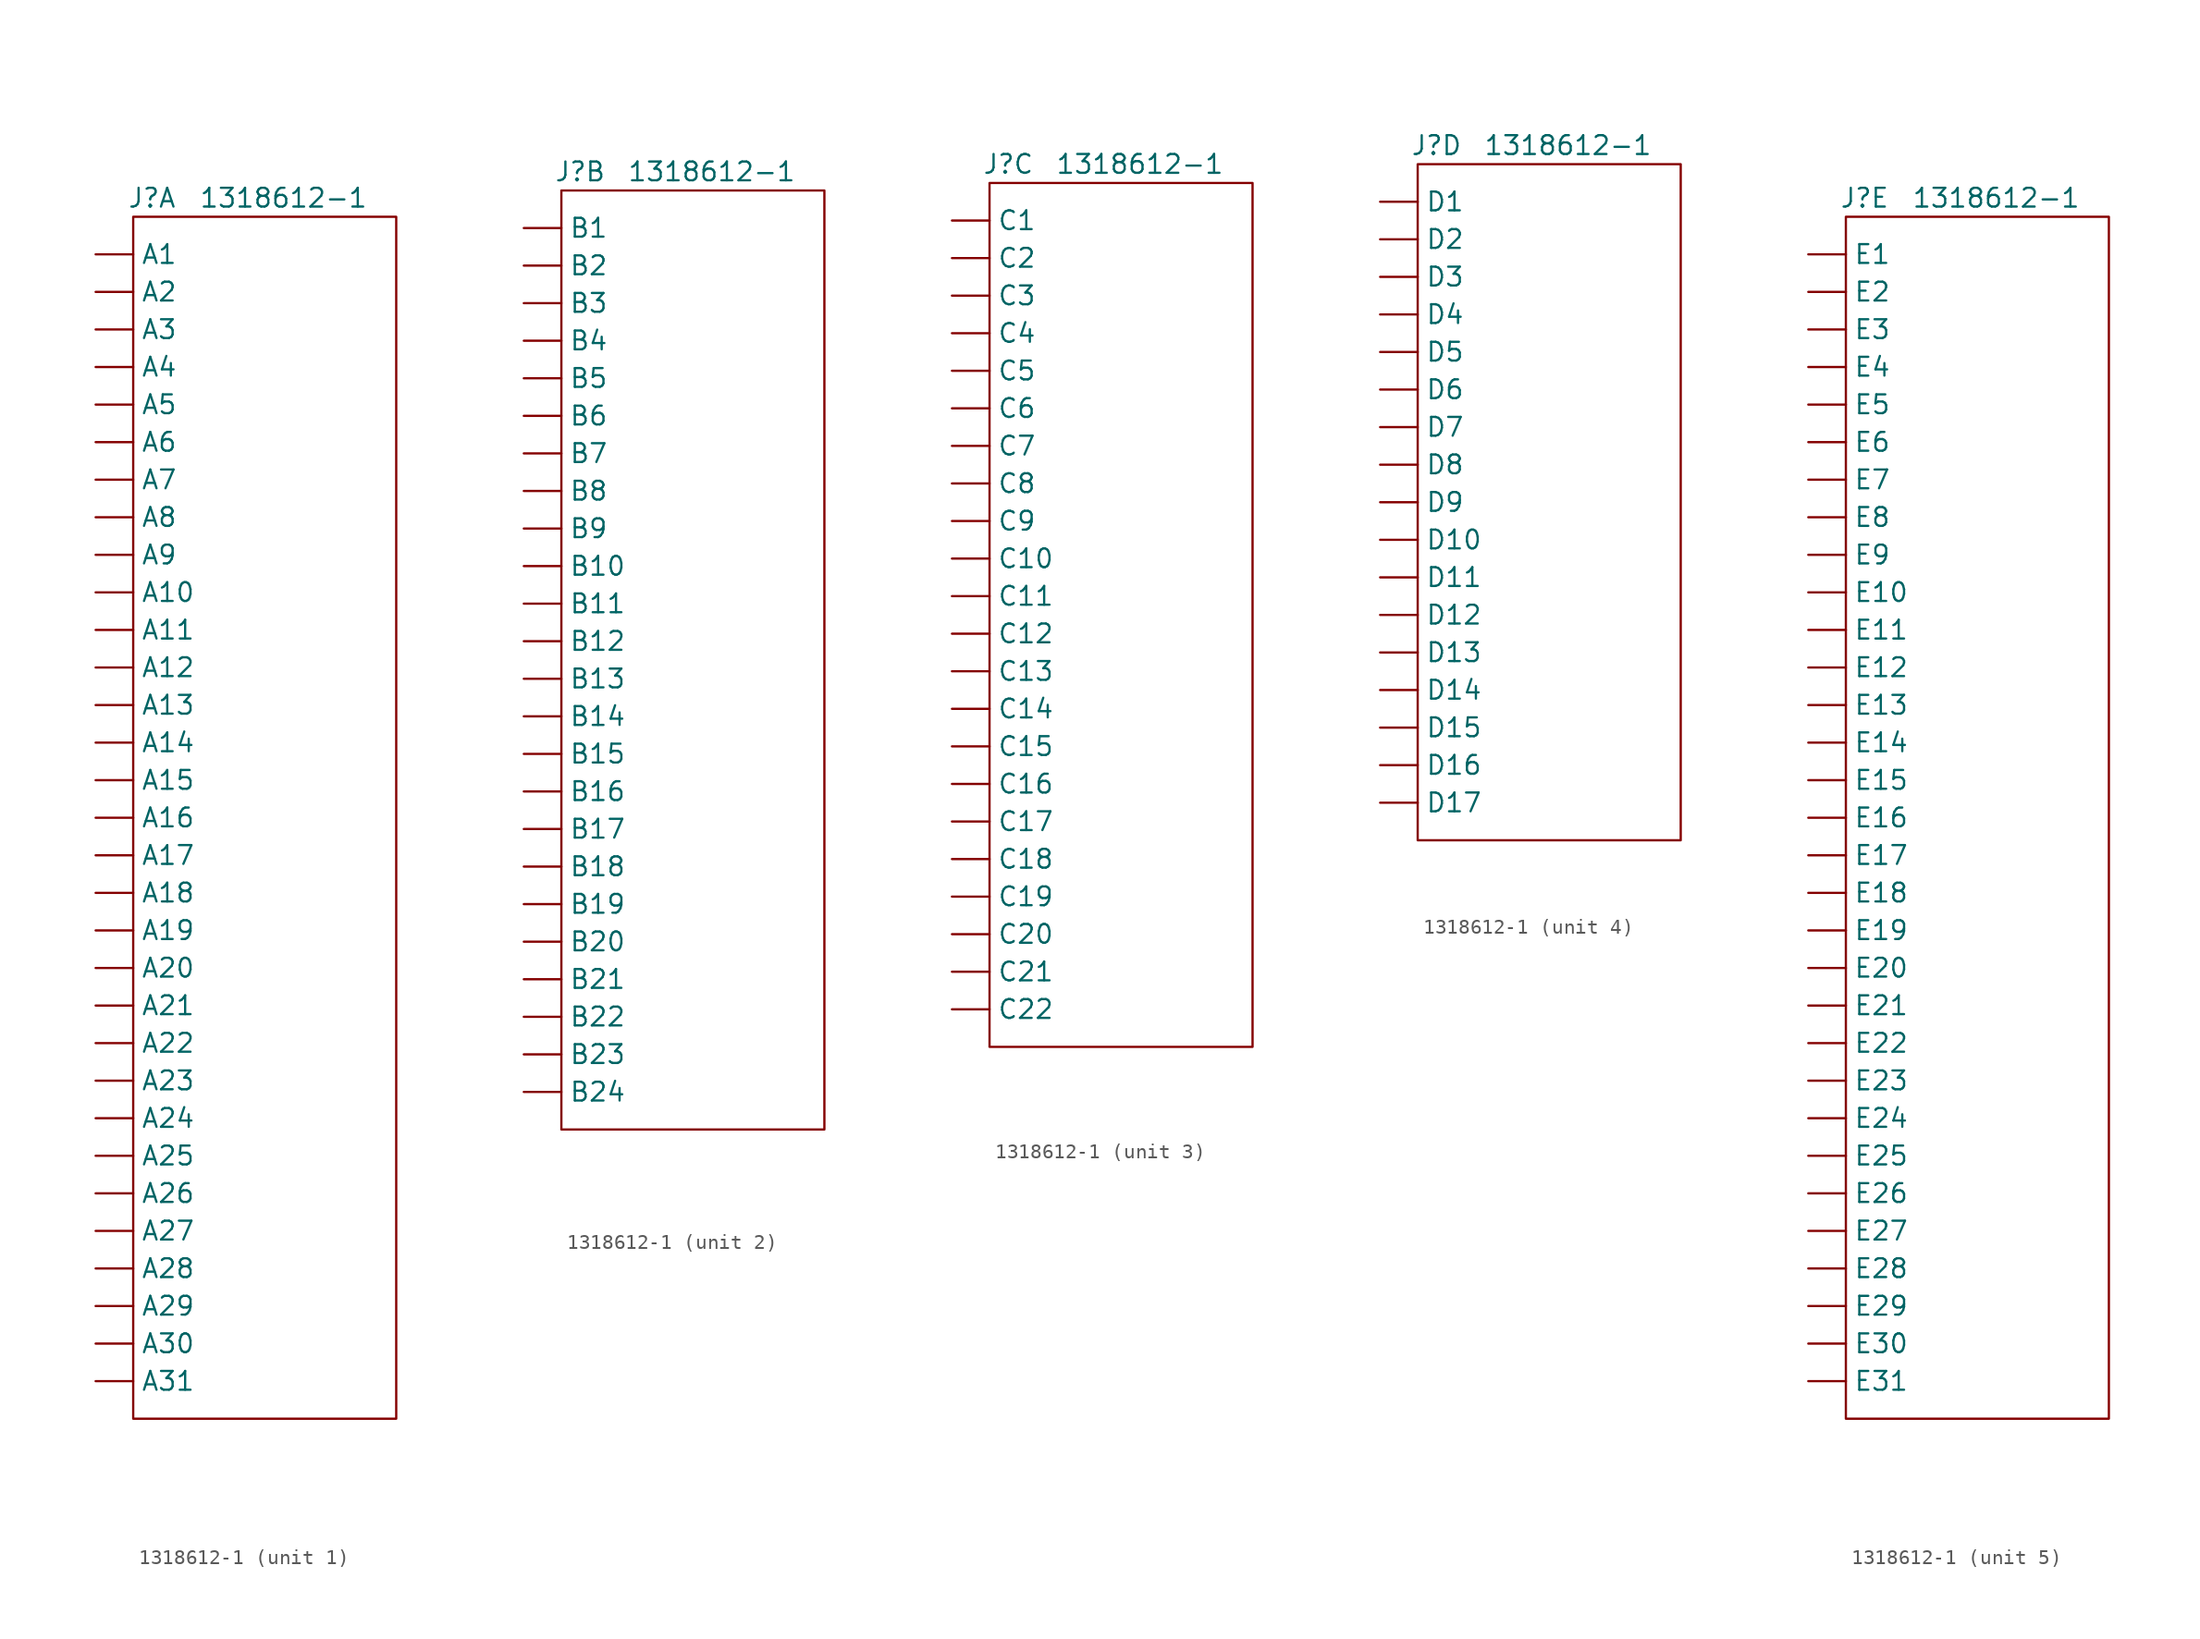
<source format=kicad_sym>
(kicad_symbol_lib
  (version 20201005)
  (generator kicad_symbol_editor)
  (symbol "1318612-1:1318612-1"
    (pin_numbers hide)
    (property "Reference" "J"
      (at 1.27 1.27 0)
      (effects (font (size 1.27 1.27))))
    (property "Value" "1318612-1"
      (at 10.16 1.27 0)
      (effects (font (size 1.27 1.27))))
    (property "ki_locked" ""
      (at 0 0 0)
      (effects (font (size 1.27 1.27))))
    (symbol "1318612-1_1_1"
      (rectangle (start 0 0) (end 17.78 -81.28) (stroke (width 0.152)) (fill (type none)))
      (pin passive line (at -2.54 -2.54 0) (length 2.54) (name "A1" (effects (font (size 1.27 1.27)))) (number "A1" (effects (font (size 1.27 1.27)))))
      (pin passive line (at -2.54 -25.4 0) (length 2.54) (name "A10" (effects (font (size 1.27 1.27)))) (number "A10" (effects (font (size 1.27 1.27)))))
      (pin passive line (at -2.54 -27.94 0) (length 2.54) (name "A11" (effects (font (size 1.27 1.27)))) (number "A11" (effects (font (size 1.27 1.27)))))
      (pin passive line (at -2.54 -30.48 0) (length 2.54) (name "A12" (effects (font (size 1.27 1.27)))) (number "A12" (effects (font (size 1.27 1.27)))))
      (pin passive line (at -2.54 -33.02 0) (length 2.54) (name "A13" (effects (font (size 1.27 1.27)))) (number "A13" (effects (font (size 1.27 1.27)))))
      (pin passive line (at -2.54 -35.56 0) (length 2.54) (name "A14" (effects (font (size 1.27 1.27)))) (number "A14" (effects (font (size 1.27 1.27)))))
      (pin passive line (at -2.54 -38.1 0) (length 2.54) (name "A15" (effects (font (size 1.27 1.27)))) (number "A15" (effects (font (size 1.27 1.27)))))
      (pin passive line (at -2.54 -40.64 0) (length 2.54) (name "A16" (effects (font (size 1.27 1.27)))) (number "A16" (effects (font (size 1.27 1.27)))))
      (pin passive line (at -2.54 -43.18 0) (length 2.54) (name "A17" (effects (font (size 1.27 1.27)))) (number "A17" (effects (font (size 1.27 1.27)))))
      (pin passive line (at -2.54 -45.72 0) (length 2.54) (name "A18" (effects (font (size 1.27 1.27)))) (number "A18" (effects (font (size 1.27 1.27)))))
      (pin passive line (at -2.54 -48.26 0) (length 2.54) (name "A19" (effects (font (size 1.27 1.27)))) (number "A19" (effects (font (size 1.27 1.27)))))
      (pin passive line (at -2.54 -5.08 0) (length 2.54) (name "A2" (effects (font (size 1.27 1.27)))) (number "A2" (effects (font (size 1.27 1.27)))))
      (pin passive line (at -2.54 -50.8 0) (length 2.54) (name "A20" (effects (font (size 1.27 1.27)))) (number "A20" (effects (font (size 1.27 1.27)))))
      (pin passive line (at -2.54 -53.34 0) (length 2.54) (name "A21" (effects (font (size 1.27 1.27)))) (number "A21" (effects (font (size 1.27 1.27)))))
      (pin passive line (at -2.54 -55.88 0) (length 2.54) (name "A22" (effects (font (size 1.27 1.27)))) (number "A22" (effects (font (size 1.27 1.27)))))
      (pin passive line (at -2.54 -58.42 0) (length 2.54) (name "A23" (effects (font (size 1.27 1.27)))) (number "A23" (effects (font (size 1.27 1.27)))))
      (pin passive line (at -2.54 -60.96 0) (length 2.54) (name "A24" (effects (font (size 1.27 1.27)))) (number "A24" (effects (font (size 1.27 1.27)))))
      (pin passive line (at -2.54 -63.5 0) (length 2.54) (name "A25" (effects (font (size 1.27 1.27)))) (number "A25" (effects (font (size 1.27 1.27)))))
      (pin passive line (at -2.54 -66.04 0) (length 2.54) (name "A26" (effects (font (size 1.27 1.27)))) (number "A26" (effects (font (size 1.27 1.27)))))
      (pin passive line (at -2.54 -68.58 0) (length 2.54) (name "A27" (effects (font (size 1.27 1.27)))) (number "A27" (effects (font (size 1.27 1.27)))))
      (pin passive line (at -2.54 -71.12 0) (length 2.54) (name "A28" (effects (font (size 1.27 1.27)))) (number "A28" (effects (font (size 1.27 1.27)))))
      (pin passive line (at -2.54 -73.66 0) (length 2.54) (name "A29" (effects (font (size 1.27 1.27)))) (number "A29" (effects (font (size 1.27 1.27)))))
      (pin passive line (at -2.54 -7.62 0) (length 2.54) (name "A3" (effects (font (size 1.27 1.27)))) (number "A3" (effects (font (size 1.27 1.27)))))
      (pin passive line (at -2.54 -76.2 0) (length 2.54) (name "A30" (effects (font (size 1.27 1.27)))) (number "A30" (effects (font (size 1.27 1.27)))))
      (pin passive line (at -2.54 -78.74 0) (length 2.54) (name "A31" (effects (font (size 1.27 1.27)))) (number "A31" (effects (font (size 1.27 1.27)))))
      (pin passive line (at -2.54 -10.16 0) (length 2.54) (name "A4" (effects (font (size 1.27 1.27)))) (number "A4" (effects (font (size 1.27 1.27)))))
      (pin passive line (at -2.54 -12.7 0) (length 2.54) (name "A5" (effects (font (size 1.27 1.27)))) (number "A5" (effects (font (size 1.27 1.27)))))
      (pin passive line (at -2.54 -15.24 0) (length 2.54) (name "A6" (effects (font (size 1.27 1.27)))) (number "A6" (effects (font (size 1.27 1.27)))))
      (pin passive line (at -2.54 -17.78 0) (length 2.54) (name "A7" (effects (font (size 1.27 1.27)))) (number "A7" (effects (font (size 1.27 1.27)))))
      (pin passive line (at -2.54 -20.32 0) (length 2.54) (name "A8" (effects (font (size 1.27 1.27)))) (number "A8" (effects (font (size 1.27 1.27)))))
      (pin passive line (at -2.54 -22.86 0) (length 2.54) (name "A9" (effects (font (size 1.27 1.27)))) (number "A9" (effects (font (size 1.27 1.27))))))
    (symbol "1318612-1_2_1"
      (rectangle (start 0 0) (end 17.78 -63.5) (stroke (width 0.152)) (fill (type none)))
      (pin passive line (at -2.54 -2.54 0) (length 2.54) (name "B1" (effects (font (size 1.27 1.27)))) (number "B1" (effects (font (size 1.27 1.27)))))
      (pin passive line (at -2.54 -25.4 0) (length 2.54) (name "B10" (effects (font (size 1.27 1.27)))) (number "B10" (effects (font (size 1.27 1.27)))))
      (pin passive line (at -2.54 -27.94 0) (length 2.54) (name "B11" (effects (font (size 1.27 1.27)))) (number "B11" (effects (font (size 1.27 1.27)))))
      (pin passive line (at -2.54 -30.48 0) (length 2.54) (name "B12" (effects (font (size 1.27 1.27)))) (number "B12" (effects (font (size 1.27 1.27)))))
      (pin passive line (at -2.54 -33.02 0) (length 2.54) (name "B13" (effects (font (size 1.27 1.27)))) (number "B13" (effects (font (size 1.27 1.27)))))
      (pin passive line (at -2.54 -35.56 0) (length 2.54) (name "B14" (effects (font (size 1.27 1.27)))) (number "B14" (effects (font (size 1.27 1.27)))))
      (pin passive line (at -2.54 -38.1 0) (length 2.54) (name "B15" (effects (font (size 1.27 1.27)))) (number "B15" (effects (font (size 1.27 1.27)))))
      (pin passive line (at -2.54 -40.64 0) (length 2.54) (name "B16" (effects (font (size 1.27 1.27)))) (number "B16" (effects (font (size 1.27 1.27)))))
      (pin passive line (at -2.54 -43.18 0) (length 2.54) (name "B17" (effects (font (size 1.27 1.27)))) (number "B17" (effects (font (size 1.27 1.27)))))
      (pin passive line (at -2.54 -45.72 0) (length 2.54) (name "B18" (effects (font (size 1.27 1.27)))) (number "B18" (effects (font (size 1.27 1.27)))))
      (pin passive line (at -2.54 -48.26 0) (length 2.54) (name "B19" (effects (font (size 1.27 1.27)))) (number "B19" (effects (font (size 1.27 1.27)))))
      (pin passive line (at -2.54 -5.08 0) (length 2.54) (name "B2" (effects (font (size 1.27 1.27)))) (number "B2" (effects (font (size 1.27 1.27)))))
      (pin passive line (at -2.54 -50.8 0) (length 2.54) (name "B20" (effects (font (size 1.27 1.27)))) (number "B20" (effects (font (size 1.27 1.27)))))
      (pin passive line (at -2.54 -53.34 0) (length 2.54) (name "B21" (effects (font (size 1.27 1.27)))) (number "B21" (effects (font (size 1.27 1.27)))))
      (pin passive line (at -2.54 -55.88 0) (length 2.54) (name "B22" (effects (font (size 1.27 1.27)))) (number "B22" (effects (font (size 1.27 1.27)))))
      (pin passive line (at -2.54 -58.42 0) (length 2.54) (name "B23" (effects (font (size 1.27 1.27)))) (number "B23" (effects (font (size 1.27 1.27)))))
      (pin passive line (at -2.54 -60.96 0) (length 2.54) (name "B24" (effects (font (size 1.27 1.27)))) (number "B24" (effects (font (size 1.27 1.27)))))
      (pin passive line (at -2.54 -7.62 0) (length 2.54) (name "B3" (effects (font (size 1.27 1.27)))) (number "B3" (effects (font (size 1.27 1.27)))))
      (pin passive line (at -2.54 -10.16 0) (length 2.54) (name "B4" (effects (font (size 1.27 1.27)))) (number "B4" (effects (font (size 1.27 1.27)))))
      (pin passive line (at -2.54 -12.7 0) (length 2.54) (name "B5" (effects (font (size 1.27 1.27)))) (number "B5" (effects (font (size 1.27 1.27)))))
      (pin passive line (at -2.54 -15.24 0) (length 2.54) (name "B6" (effects (font (size 1.27 1.27)))) (number "B6" (effects (font (size 1.27 1.27)))))
      (pin passive line (at -2.54 -17.78 0) (length 2.54) (name "B7" (effects (font (size 1.27 1.27)))) (number "B7" (effects (font (size 1.27 1.27)))))
      (pin passive line (at -2.54 -20.32 0) (length 2.54) (name "B8" (effects (font (size 1.27 1.27)))) (number "B8" (effects (font (size 1.27 1.27)))))
      (pin passive line (at -2.54 -22.86 0) (length 2.54) (name "B9" (effects (font (size 1.27 1.27)))) (number "B9" (effects (font (size 1.27 1.27))))))
    (symbol "1318612-1_3_1"
      (rectangle (start 0 0) (end 17.78 -58.42) (stroke (width 0.152)) (fill (type none)))
      (pin passive line (at -2.54 -2.54 0) (length 2.54) (name "C1" (effects (font (size 1.27 1.27)))) (number "C1" (effects (font (size 1.27 1.27)))))
      (pin passive line (at -2.54 -25.4 0) (length 2.54) (name "C10" (effects (font (size 1.27 1.27)))) (number "C10" (effects (font (size 1.27 1.27)))))
      (pin passive line (at -2.54 -27.94 0) (length 2.54) (name "C11" (effects (font (size 1.27 1.27)))) (number "C11" (effects (font (size 1.27 1.27)))))
      (pin passive line (at -2.54 -30.48 0) (length 2.54) (name "C12" (effects (font (size 1.27 1.27)))) (number "C12" (effects (font (size 1.27 1.27)))))
      (pin passive line (at -2.54 -33.02 0) (length 2.54) (name "C13" (effects (font (size 1.27 1.27)))) (number "C13" (effects (font (size 1.27 1.27)))))
      (pin passive line (at -2.54 -35.56 0) (length 2.54) (name "C14" (effects (font (size 1.27 1.27)))) (number "C14" (effects (font (size 1.27 1.27)))))
      (pin passive line (at -2.54 -38.1 0) (length 2.54) (name "C15" (effects (font (size 1.27 1.27)))) (number "C15" (effects (font (size 1.27 1.27)))))
      (pin passive line (at -2.54 -40.64 0) (length 2.54) (name "C16" (effects (font (size 1.27 1.27)))) (number "C16" (effects (font (size 1.27 1.27)))))
      (pin passive line (at -2.54 -43.18 0) (length 2.54) (name "C17" (effects (font (size 1.27 1.27)))) (number "C17" (effects (font (size 1.27 1.27)))))
      (pin passive line (at -2.54 -45.72 0) (length 2.54) (name "C18" (effects (font (size 1.27 1.27)))) (number "C18" (effects (font (size 1.27 1.27)))))
      (pin passive line (at -2.54 -48.26 0) (length 2.54) (name "C19" (effects (font (size 1.27 1.27)))) (number "C19" (effects (font (size 1.27 1.27)))))
      (pin passive line (at -2.54 -5.08 0) (length 2.54) (name "C2" (effects (font (size 1.27 1.27)))) (number "C2" (effects (font (size 1.27 1.27)))))
      (pin passive line (at -2.54 -50.8 0) (length 2.54) (name "C20" (effects (font (size 1.27 1.27)))) (number "C20" (effects (font (size 1.27 1.27)))))
      (pin passive line (at -2.54 -53.34 0) (length 2.54) (name "C21" (effects (font (size 1.27 1.27)))) (number "C21" (effects (font (size 1.27 1.27)))))
      (pin passive line (at -2.54 -55.88 0) (length 2.54) (name "C22" (effects (font (size 1.27 1.27)))) (number "C22" (effects (font (size 1.27 1.27)))))
      (pin passive line (at -2.54 -7.62 0) (length 2.54) (name "C3" (effects (font (size 1.27 1.27)))) (number "C3" (effects (font (size 1.27 1.27)))))
      (pin passive line (at -2.54 -10.16 0) (length 2.54) (name "C4" (effects (font (size 1.27 1.27)))) (number "C4" (effects (font (size 1.27 1.27)))))
      (pin passive line (at -2.54 -12.7 0) (length 2.54) (name "C5" (effects (font (size 1.27 1.27)))) (number "C5" (effects (font (size 1.27 1.27)))))
      (pin passive line (at -2.54 -15.24 0) (length 2.54) (name "C6" (effects (font (size 1.27 1.27)))) (number "C6" (effects (font (size 1.27 1.27)))))
      (pin passive line (at -2.54 -17.78 0) (length 2.54) (name "C7" (effects (font (size 1.27 1.27)))) (number "C7" (effects (font (size 1.27 1.27)))))
      (pin passive line (at -2.54 -20.32 0) (length 2.54) (name "C8" (effects (font (size 1.27 1.27)))) (number "C8" (effects (font (size 1.27 1.27)))))
      (pin passive line (at -2.54 -22.86 0) (length 2.54) (name "C9" (effects (font (size 1.27 1.27)))) (number "C9" (effects (font (size 1.27 1.27))))))
    (symbol "1318612-1_4_1"
      (rectangle (start 0 0) (end 17.78 -45.72) (stroke (width 0.152)) (fill (type none)))
      (pin passive line (at -2.54 -2.54 0) (length 2.54) (name "D1" (effects (font (size 1.27 1.27)))) (number "D1" (effects (font (size 1.27 1.27)))))
      (pin passive line (at -2.54 -25.4 0) (length 2.54) (name "D10" (effects (font (size 1.27 1.27)))) (number "D10" (effects (font (size 1.27 1.27)))))
      (pin passive line (at -2.54 -27.94 0) (length 2.54) (name "D11" (effects (font (size 1.27 1.27)))) (number "D11" (effects (font (size 1.27 1.27)))))
      (pin passive line (at -2.54 -30.48 0) (length 2.54) (name "D12" (effects (font (size 1.27 1.27)))) (number "D12" (effects (font (size 1.27 1.27)))))
      (pin passive line (at -2.54 -33.02 0) (length 2.54) (name "D13" (effects (font (size 1.27 1.27)))) (number "D13" (effects (font (size 1.27 1.27)))))
      (pin passive line (at -2.54 -35.56 0) (length 2.54) (name "D14" (effects (font (size 1.27 1.27)))) (number "D14" (effects (font (size 1.27 1.27)))))
      (pin passive line (at -2.54 -38.1 0) (length 2.54) (name "D15" (effects (font (size 1.27 1.27)))) (number "D15" (effects (font (size 1.27 1.27)))))
      (pin passive line (at -2.54 -40.64 0) (length 2.54) (name "D16" (effects (font (size 1.27 1.27)))) (number "D16" (effects (font (size 1.27 1.27)))))
      (pin passive line (at -2.54 -43.18 0) (length 2.54) (name "D17" (effects (font (size 1.27 1.27)))) (number "D17" (effects (font (size 1.27 1.27)))))
      (pin passive line (at -2.54 -5.08 0) (length 2.54) (name "D2" (effects (font (size 1.27 1.27)))) (number "D2" (effects (font (size 1.27 1.27)))))
      (pin passive line (at -2.54 -7.62 0) (length 2.54) (name "D3" (effects (font (size 1.27 1.27)))) (number "D3" (effects (font (size 1.27 1.27)))))
      (pin passive line (at -2.54 -10.16 0) (length 2.54) (name "D4" (effects (font (size 1.27 1.27)))) (number "D4" (effects (font (size 1.27 1.27)))))
      (pin passive line (at -2.54 -12.7 0) (length 2.54) (name "D5" (effects (font (size 1.27 1.27)))) (number "D5" (effects (font (size 1.27 1.27)))))
      (pin passive line (at -2.54 -15.24 0) (length 2.54) (name "D6" (effects (font (size 1.27 1.27)))) (number "D6" (effects (font (size 1.27 1.27)))))
      (pin passive line (at -2.54 -17.78 0) (length 2.54) (name "D7" (effects (font (size 1.27 1.27)))) (number "D7" (effects (font (size 1.27 1.27)))))
      (pin passive line (at -2.54 -20.32 0) (length 2.54) (name "D8" (effects (font (size 1.27 1.27)))) (number "D8" (effects (font (size 1.27 1.27)))))
      (pin passive line (at -2.54 -22.86 0) (length 2.54) (name "D9" (effects (font (size 1.27 1.27)))) (number "D9" (effects (font (size 1.27 1.27))))))
    (symbol "1318612-1_5_1"
      (rectangle (start 0 0) (end 17.78 -81.28) (stroke (width 0.152)) (fill (type none)))
      (pin passive line (at -2.54 -2.54 0) (length 2.54) (name "E1" (effects (font (size 1.27 1.27)))) (number "E1" (effects (font (size 1.27 1.27)))))
      (pin passive line (at -2.54 -25.4 0) (length 2.54) (name "E10" (effects (font (size 1.27 1.27)))) (number "E10" (effects (font (size 1.27 1.27)))))
      (pin passive line (at -2.54 -27.94 0) (length 2.54) (name "E11" (effects (font (size 1.27 1.27)))) (number "E11" (effects (font (size 1.27 1.27)))))
      (pin passive line (at -2.54 -30.48 0) (length 2.54) (name "E12" (effects (font (size 1.27 1.27)))) (number "E12" (effects (font (size 1.27 1.27)))))
      (pin passive line (at -2.54 -33.02 0) (length 2.54) (name "E13" (effects (font (size 1.27 1.27)))) (number "E13" (effects (font (size 1.27 1.27)))))
      (pin passive line (at -2.54 -35.56 0) (length 2.54) (name "E14" (effects (font (size 1.27 1.27)))) (number "E14" (effects (font (size 1.27 1.27)))))
      (pin passive line (at -2.54 -38.1 0) (length 2.54) (name "E15" (effects (font (size 1.27 1.27)))) (number "E15" (effects (font (size 1.27 1.27)))))
      (pin passive line (at -2.54 -40.64 0) (length 2.54) (name "E16" (effects (font (size 1.27 1.27)))) (number "E16" (effects (font (size 1.27 1.27)))))
      (pin passive line (at -2.54 -43.18 0) (length 2.54) (name "E17" (effects (font (size 1.27 1.27)))) (number "E17" (effects (font (size 1.27 1.27)))))
      (pin passive line (at -2.54 -45.72 0) (length 2.54) (name "E18" (effects (font (size 1.27 1.27)))) (number "E18" (effects (font (size 1.27 1.27)))))
      (pin passive line (at -2.54 -48.26 0) (length 2.54) (name "E19" (effects (font (size 1.27 1.27)))) (number "E19" (effects (font (size 1.27 1.27)))))
      (pin passive line (at -2.54 -5.08 0) (length 2.54) (name "E2" (effects (font (size 1.27 1.27)))) (number "E2" (effects (font (size 1.27 1.27)))))
      (pin passive line (at -2.54 -50.8 0) (length 2.54) (name "E20" (effects (font (size 1.27 1.27)))) (number "E20" (effects (font (size 1.27 1.27)))))
      (pin passive line (at -2.54 -53.34 0) (length 2.54) (name "E21" (effects (font (size 1.27 1.27)))) (number "E21" (effects (font (size 1.27 1.27)))))
      (pin passive line (at -2.54 -55.88 0) (length 2.54) (name "E22" (effects (font (size 1.27 1.27)))) (number "E22" (effects (font (size 1.27 1.27)))))
      (pin passive line (at -2.54 -58.42 0) (length 2.54) (name "E23" (effects (font (size 1.27 1.27)))) (number "E23" (effects (font (size 1.27 1.27)))))
      (pin passive line (at -2.54 -60.96 0) (length 2.54) (name "E24" (effects (font (size 1.27 1.27)))) (number "E24" (effects (font (size 1.27 1.27)))))
      (pin passive line (at -2.54 -63.5 0) (length 2.54) (name "E25" (effects (font (size 1.27 1.27)))) (number "E25" (effects (font (size 1.27 1.27)))))
      (pin passive line (at -2.54 -66.04 0) (length 2.54) (name "E26" (effects (font (size 1.27 1.27)))) (number "E26" (effects (font (size 1.27 1.27)))))
      (pin passive line (at -2.54 -68.58 0) (length 2.54) (name "E27" (effects (font (size 1.27 1.27)))) (number "E27" (effects (font (size 1.27 1.27)))))
      (pin passive line (at -2.54 -71.12 0) (length 2.54) (name "E28" (effects (font (size 1.27 1.27)))) (number "E28" (effects (font (size 1.27 1.27)))))
      (pin passive line (at -2.54 -73.66 0) (length 2.54) (name "E29" (effects (font (size 1.27 1.27)))) (number "E29" (effects (font (size 1.27 1.27)))))
      (pin passive line (at -2.54 -7.62 0) (length 2.54) (name "E3" (effects (font (size 1.27 1.27)))) (number "E3" (effects (font (size 1.27 1.27)))))
      (pin passive line (at -2.54 -76.2 0) (length 2.54) (name "E30" (effects (font (size 1.27 1.27)))) (number "E30" (effects (font (size 1.27 1.27)))))
      (pin passive line (at -2.54 -78.74 0) (length 2.54) (name "E31" (effects (font (size 1.27 1.27)))) (number "E31" (effects (font (size 1.27 1.27)))))
      (pin passive line (at -2.54 -10.16 0) (length 2.54) (name "E4" (effects (font (size 1.27 1.27)))) (number "E4" (effects (font (size 1.27 1.27)))))
      (pin passive line (at -2.54 -12.7 0) (length 2.54) (name "E5" (effects (font (size 1.27 1.27)))) (number "E5" (effects (font (size 1.27 1.27)))))
      (pin passive line (at -2.54 -15.24 0) (length 2.54) (name "E6" (effects (font (size 1.27 1.27)))) (number "E6" (effects (font (size 1.27 1.27)))))
      (pin passive line (at -2.54 -17.78 0) (length 2.54) (name "E7" (effects (font (size 1.27 1.27)))) (number "E7" (effects (font (size 1.27 1.27)))))
      (pin passive line (at -2.54 -20.32 0) (length 2.54) (name "E8" (effects (font (size 1.27 1.27)))) (number "E8" (effects (font (size 1.27 1.27)))))
      (pin passive line (at -2.54 -22.86 0) (length 2.54) (name "E9" (effects (font (size 1.27 1.27)))) (number "E9" (effects (font (size 1.27 1.27))))))))
</source>
